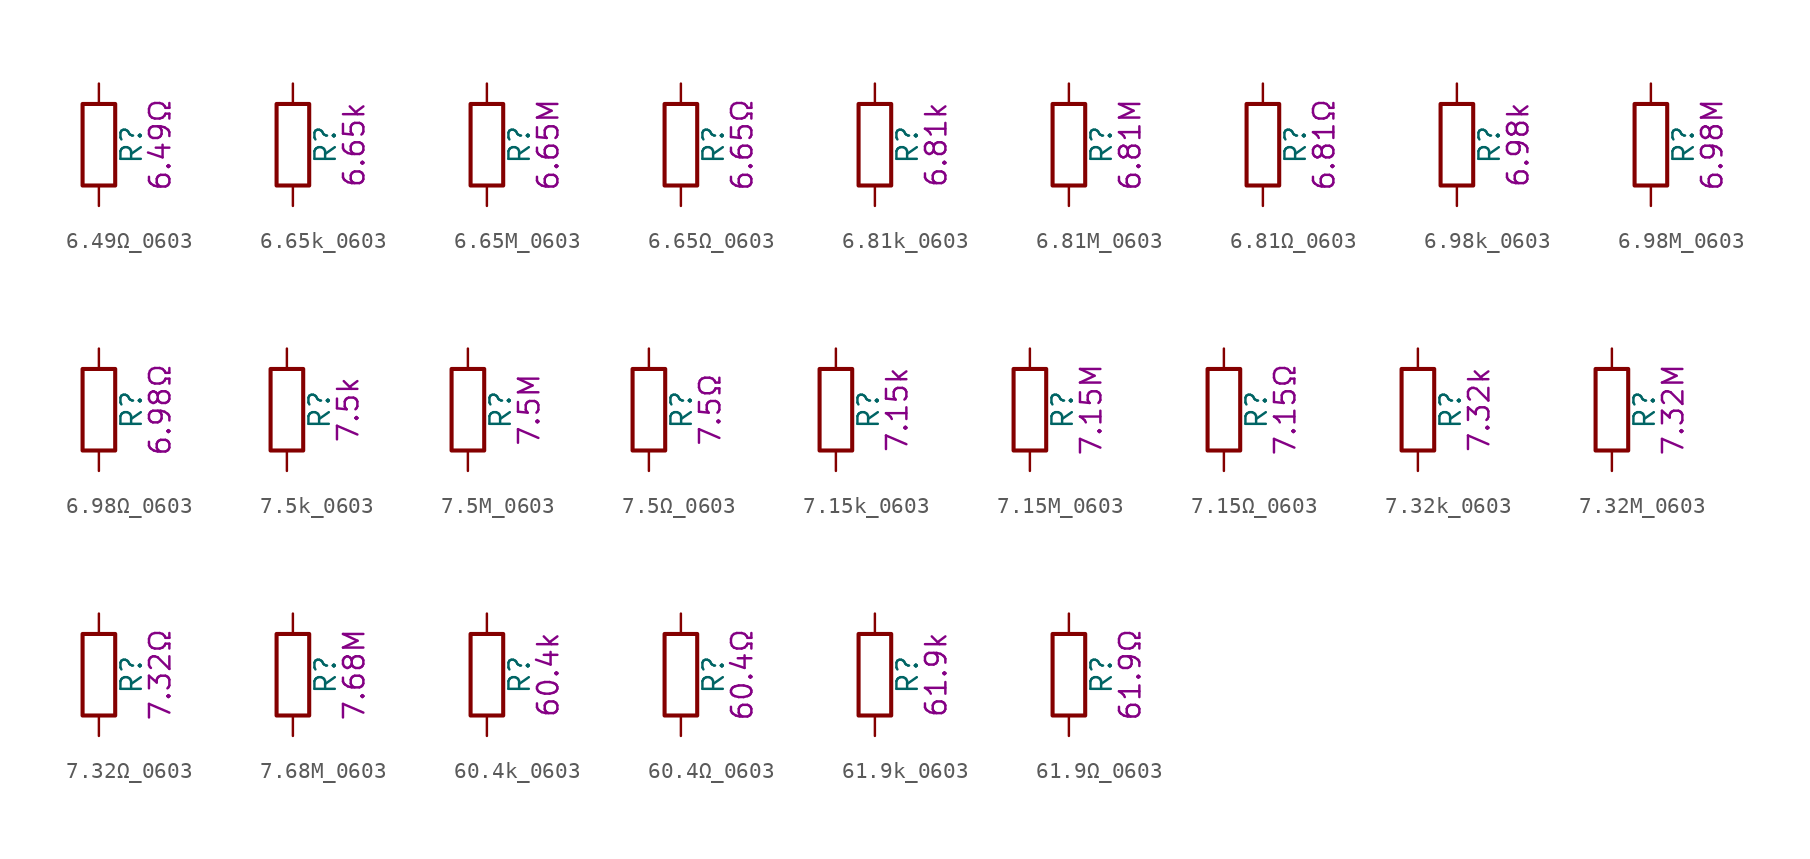
<source format=kicad_sym>
(kicad_symbol_lib
  (version 20211014)
  (generator kicad_symbol_editor)
  (symbol "6.49Ω_0603"
    (pin_numbers hide)
    (pin_names
      (offset 0))
    (property "Reference" "R"
      (at 2.032 0 90)
      (effects (font (size 1.27 1.27))))
    (property "Display" "6.49Ω"
      (at 3.81 0 90)
      (effects (font (size 1.27 1.27))))
    (symbol "6.49Ω_0603_0_1"
      (rectangle (start -1.016 -2.54) (end 1.016 2.54) (stroke (width 0.254) (type default) (color 0 0 0 0)) (fill (type none))))
    (symbol "6.49Ω_0603_1_1"
      (pin passive line (at 0 3.81 270) (length 1.27) (name "~" (effects (font (size 1.27 1.27)))) (number "1" (effects (font (size 1.27 1.27)))))
      (pin passive line (at 0 -3.81 90) (length 1.27) (name "~" (effects (font (size 1.27 1.27)))) (number "2" (effects (font (size 1.27 1.27)))))))
  (symbol "6.65k_0603"
    (pin_numbers hide)
    (pin_names
      (offset 0))
    (property "Reference" "R"
      (at 2.032 0 90)
      (effects (font (size 1.27 1.27))))
    (property "Display" "6.65k"
      (at 3.81 0 90)
      (effects (font (size 1.27 1.27))))
    (symbol "6.65k_0603_0_1"
      (rectangle (start -1.016 -2.54) (end 1.016 2.54) (stroke (width 0.254) (type default) (color 0 0 0 0)) (fill (type none))))
    (symbol "6.65k_0603_1_1"
      (pin passive line (at 0 3.81 270) (length 1.27) (name "~" (effects (font (size 1.27 1.27)))) (number "1" (effects (font (size 1.27 1.27)))))
      (pin passive line (at 0 -3.81 90) (length 1.27) (name "~" (effects (font (size 1.27 1.27)))) (number "2" (effects (font (size 1.27 1.27)))))))
  (symbol "6.65M_0603"
    (pin_numbers hide)
    (pin_names
      (offset 0))
    (property "Reference" "R"
      (at 2.032 0 90)
      (effects (font (size 1.27 1.27))))
    (property "Display" "6.65M"
      (at 3.81 0 90)
      (effects (font (size 1.27 1.27))))
    (symbol "6.65M_0603_0_1"
      (rectangle (start -1.016 -2.54) (end 1.016 2.54) (stroke (width 0.254) (type default) (color 0 0 0 0)) (fill (type none))))
    (symbol "6.65M_0603_1_1"
      (pin passive line (at 0 3.81 270) (length 1.27) (name "~" (effects (font (size 1.27 1.27)))) (number "1" (effects (font (size 1.27 1.27)))))
      (pin passive line (at 0 -3.81 90) (length 1.27) (name "~" (effects (font (size 1.27 1.27)))) (number "2" (effects (font (size 1.27 1.27)))))))
  (symbol "6.65Ω_0603"
    (pin_numbers hide)
    (pin_names
      (offset 0))
    (property "Reference" "R"
      (at 2.032 0 90)
      (effects (font (size 1.27 1.27))))
    (property "Display" "6.65Ω"
      (at 3.81 0 90)
      (effects (font (size 1.27 1.27))))
    (symbol "6.65Ω_0603_0_1"
      (rectangle (start -1.016 -2.54) (end 1.016 2.54) (stroke (width 0.254) (type default) (color 0 0 0 0)) (fill (type none))))
    (symbol "6.65Ω_0603_1_1"
      (pin passive line (at 0 3.81 270) (length 1.27) (name "~" (effects (font (size 1.27 1.27)))) (number "1" (effects (font (size 1.27 1.27)))))
      (pin passive line (at 0 -3.81 90) (length 1.27) (name "~" (effects (font (size 1.27 1.27)))) (number "2" (effects (font (size 1.27 1.27)))))))
  (symbol "6.81k_0603"
    (pin_numbers hide)
    (pin_names
      (offset 0))
    (property "Reference" "R"
      (at 2.032 0 90)
      (effects (font (size 1.27 1.27))))
    (property "Display" "6.81k"
      (at 3.81 0 90)
      (effects (font (size 1.27 1.27))))
    (symbol "6.81k_0603_0_1"
      (rectangle (start -1.016 -2.54) (end 1.016 2.54) (stroke (width 0.254) (type default) (color 0 0 0 0)) (fill (type none))))
    (symbol "6.81k_0603_1_1"
      (pin passive line (at 0 3.81 270) (length 1.27) (name "~" (effects (font (size 1.27 1.27)))) (number "1" (effects (font (size 1.27 1.27)))))
      (pin passive line (at 0 -3.81 90) (length 1.27) (name "~" (effects (font (size 1.27 1.27)))) (number "2" (effects (font (size 1.27 1.27)))))))
  (symbol "6.81M_0603"
    (pin_numbers hide)
    (pin_names
      (offset 0))
    (property "Reference" "R"
      (at 2.032 0 90)
      (effects (font (size 1.27 1.27))))
    (property "Display" "6.81M"
      (at 3.81 0 90)
      (effects (font (size 1.27 1.27))))
    (symbol "6.81M_0603_0_1"
      (rectangle (start -1.016 -2.54) (end 1.016 2.54) (stroke (width 0.254) (type default) (color 0 0 0 0)) (fill (type none))))
    (symbol "6.81M_0603_1_1"
      (pin passive line (at 0 3.81 270) (length 1.27) (name "~" (effects (font (size 1.27 1.27)))) (number "1" (effects (font (size 1.27 1.27)))))
      (pin passive line (at 0 -3.81 90) (length 1.27) (name "~" (effects (font (size 1.27 1.27)))) (number "2" (effects (font (size 1.27 1.27)))))))
  (symbol "6.81Ω_0603"
    (pin_numbers hide)
    (pin_names
      (offset 0))
    (property "Reference" "R"
      (at 2.032 0 90)
      (effects (font (size 1.27 1.27))))
    (property "Display" "6.81Ω"
      (at 3.81 0 90)
      (effects (font (size 1.27 1.27))))
    (symbol "6.81Ω_0603_0_1"
      (rectangle (start -1.016 -2.54) (end 1.016 2.54) (stroke (width 0.254) (type default) (color 0 0 0 0)) (fill (type none))))
    (symbol "6.81Ω_0603_1_1"
      (pin passive line (at 0 3.81 270) (length 1.27) (name "~" (effects (font (size 1.27 1.27)))) (number "1" (effects (font (size 1.27 1.27)))))
      (pin passive line (at 0 -3.81 90) (length 1.27) (name "~" (effects (font (size 1.27 1.27)))) (number "2" (effects (font (size 1.27 1.27)))))))
  (symbol "6.98k_0603"
    (pin_numbers hide)
    (pin_names
      (offset 0))
    (property "Reference" "R"
      (at 2.032 0 90)
      (effects (font (size 1.27 1.27))))
    (property "Display" "6.98k"
      (at 3.81 0 90)
      (effects (font (size 1.27 1.27))))
    (symbol "6.98k_0603_0_1"
      (rectangle (start -1.016 -2.54) (end 1.016 2.54) (stroke (width 0.254) (type default) (color 0 0 0 0)) (fill (type none))))
    (symbol "6.98k_0603_1_1"
      (pin passive line (at 0 3.81 270) (length 1.27) (name "~" (effects (font (size 1.27 1.27)))) (number "1" (effects (font (size 1.27 1.27)))))
      (pin passive line (at 0 -3.81 90) (length 1.27) (name "~" (effects (font (size 1.27 1.27)))) (number "2" (effects (font (size 1.27 1.27)))))))
  (symbol "6.98M_0603"
    (pin_numbers hide)
    (pin_names
      (offset 0))
    (property "Reference" "R"
      (at 2.032 0 90)
      (effects (font (size 1.27 1.27))))
    (property "Display" "6.98M"
      (at 3.81 0 90)
      (effects (font (size 1.27 1.27))))
    (symbol "6.98M_0603_0_1"
      (rectangle (start -1.016 -2.54) (end 1.016 2.54) (stroke (width 0.254) (type default) (color 0 0 0 0)) (fill (type none))))
    (symbol "6.98M_0603_1_1"
      (pin passive line (at 0 3.81 270) (length 1.27) (name "~" (effects (font (size 1.27 1.27)))) (number "1" (effects (font (size 1.27 1.27)))))
      (pin passive line (at 0 -3.81 90) (length 1.27) (name "~" (effects (font (size 1.27 1.27)))) (number "2" (effects (font (size 1.27 1.27)))))))
  (symbol "6.98Ω_0603"
    (pin_numbers hide)
    (pin_names
      (offset 0))
    (property "Reference" "R"
      (at 2.032 0 90)
      (effects (font (size 1.27 1.27))))
    (property "Display" "6.98Ω"
      (at 3.81 0 90)
      (effects (font (size 1.27 1.27))))
    (symbol "6.98Ω_0603_0_1"
      (rectangle (start -1.016 -2.54) (end 1.016 2.54) (stroke (width 0.254) (type default) (color 0 0 0 0)) (fill (type none))))
    (symbol "6.98Ω_0603_1_1"
      (pin passive line (at 0 3.81 270) (length 1.27) (name "~" (effects (font (size 1.27 1.27)))) (number "1" (effects (font (size 1.27 1.27)))))
      (pin passive line (at 0 -3.81 90) (length 1.27) (name "~" (effects (font (size 1.27 1.27)))) (number "2" (effects (font (size 1.27 1.27)))))))
  (symbol "7.5k_0603"
    (pin_numbers hide)
    (pin_names
      (offset 0))
    (property "Reference" "R"
      (at 2.032 0 90)
      (effects (font (size 1.27 1.27))))
    (property "Display" "7.5k"
      (at 3.81 0 90)
      (effects (font (size 1.27 1.27))))
    (symbol "7.5k_0603_0_1"
      (rectangle (start -1.016 -2.54) (end 1.016 2.54) (stroke (width 0.254) (type default) (color 0 0 0 0)) (fill (type none))))
    (symbol "7.5k_0603_1_1"
      (pin passive line (at 0 3.81 270) (length 1.27) (name "~" (effects (font (size 1.27 1.27)))) (number "1" (effects (font (size 1.27 1.27)))))
      (pin passive line (at 0 -3.81 90) (length 1.27) (name "~" (effects (font (size 1.27 1.27)))) (number "2" (effects (font (size 1.27 1.27)))))))
  (symbol "7.5M_0603"
    (pin_numbers hide)
    (pin_names
      (offset 0))
    (property "Reference" "R"
      (at 2.032 0 90)
      (effects (font (size 1.27 1.27))))
    (property "Display" "7.5M"
      (at 3.81 0 90)
      (effects (font (size 1.27 1.27))))
    (symbol "7.5M_0603_0_1"
      (rectangle (start -1.016 -2.54) (end 1.016 2.54) (stroke (width 0.254) (type default) (color 0 0 0 0)) (fill (type none))))
    (symbol "7.5M_0603_1_1"
      (pin passive line (at 0 3.81 270) (length 1.27) (name "~" (effects (font (size 1.27 1.27)))) (number "1" (effects (font (size 1.27 1.27)))))
      (pin passive line (at 0 -3.81 90) (length 1.27) (name "~" (effects (font (size 1.27 1.27)))) (number "2" (effects (font (size 1.27 1.27)))))))
  (symbol "7.5Ω_0603"
    (pin_numbers hide)
    (pin_names
      (offset 0))
    (property "Reference" "R"
      (at 2.032 0 90)
      (effects (font (size 1.27 1.27))))
    (property "Display" "7.5Ω"
      (at 3.81 0 90)
      (effects (font (size 1.27 1.27))))
    (symbol "7.5Ω_0603_0_1"
      (rectangle (start -1.016 -2.54) (end 1.016 2.54) (stroke (width 0.254) (type default) (color 0 0 0 0)) (fill (type none))))
    (symbol "7.5Ω_0603_1_1"
      (pin passive line (at 0 3.81 270) (length 1.27) (name "~" (effects (font (size 1.27 1.27)))) (number "1" (effects (font (size 1.27 1.27)))))
      (pin passive line (at 0 -3.81 90) (length 1.27) (name "~" (effects (font (size 1.27 1.27)))) (number "2" (effects (font (size 1.27 1.27)))))))
  (symbol "7.15k_0603"
    (pin_numbers hide)
    (pin_names
      (offset 0))
    (property "Reference" "R"
      (at 2.032 0 90)
      (effects (font (size 1.27 1.27))))
    (property "Display" "7.15k"
      (at 3.81 0 90)
      (effects (font (size 1.27 1.27))))
    (symbol "7.15k_0603_0_1"
      (rectangle (start -1.016 -2.54) (end 1.016 2.54) (stroke (width 0.254) (type default) (color 0 0 0 0)) (fill (type none))))
    (symbol "7.15k_0603_1_1"
      (pin passive line (at 0 3.81 270) (length 1.27) (name "~" (effects (font (size 1.27 1.27)))) (number "1" (effects (font (size 1.27 1.27)))))
      (pin passive line (at 0 -3.81 90) (length 1.27) (name "~" (effects (font (size 1.27 1.27)))) (number "2" (effects (font (size 1.27 1.27)))))))
  (symbol "7.15M_0603"
    (pin_numbers hide)
    (pin_names
      (offset 0))
    (property "Reference" "R"
      (at 2.032 0 90)
      (effects (font (size 1.27 1.27))))
    (property "Display" "7.15M"
      (at 3.81 0 90)
      (effects (font (size 1.27 1.27))))
    (symbol "7.15M_0603_0_1"
      (rectangle (start -1.016 -2.54) (end 1.016 2.54) (stroke (width 0.254) (type default) (color 0 0 0 0)) (fill (type none))))
    (symbol "7.15M_0603_1_1"
      (pin passive line (at 0 3.81 270) (length 1.27) (name "~" (effects (font (size 1.27 1.27)))) (number "1" (effects (font (size 1.27 1.27)))))
      (pin passive line (at 0 -3.81 90) (length 1.27) (name "~" (effects (font (size 1.27 1.27)))) (number "2" (effects (font (size 1.27 1.27)))))))
  (symbol "7.15Ω_0603"
    (pin_numbers hide)
    (pin_names
      (offset 0))
    (property "Reference" "R"
      (at 2.032 0 90)
      (effects (font (size 1.27 1.27))))
    (property "Display" "7.15Ω"
      (at 3.81 0 90)
      (effects (font (size 1.27 1.27))))
    (symbol "7.15Ω_0603_0_1"
      (rectangle (start -1.016 -2.54) (end 1.016 2.54) (stroke (width 0.254) (type default) (color 0 0 0 0)) (fill (type none))))
    (symbol "7.15Ω_0603_1_1"
      (pin passive line (at 0 3.81 270) (length 1.27) (name "~" (effects (font (size 1.27 1.27)))) (number "1" (effects (font (size 1.27 1.27)))))
      (pin passive line (at 0 -3.81 90) (length 1.27) (name "~" (effects (font (size 1.27 1.27)))) (number "2" (effects (font (size 1.27 1.27)))))))
  (symbol "7.32k_0603"
    (pin_numbers hide)
    (pin_names
      (offset 0))
    (property "Reference" "R"
      (at 2.032 0 90)
      (effects (font (size 1.27 1.27))))
    (property "Display" "7.32k"
      (at 3.81 0 90)
      (effects (font (size 1.27 1.27))))
    (symbol "7.32k_0603_0_1"
      (rectangle (start -1.016 -2.54) (end 1.016 2.54) (stroke (width 0.254) (type default) (color 0 0 0 0)) (fill (type none))))
    (symbol "7.32k_0603_1_1"
      (pin passive line (at 0 3.81 270) (length 1.27) (name "~" (effects (font (size 1.27 1.27)))) (number "1" (effects (font (size 1.27 1.27)))))
      (pin passive line (at 0 -3.81 90) (length 1.27) (name "~" (effects (font (size 1.27 1.27)))) (number "2" (effects (font (size 1.27 1.27)))))))
  (symbol "7.32M_0603"
    (pin_numbers hide)
    (pin_names
      (offset 0))
    (property "Reference" "R"
      (at 2.032 0 90)
      (effects (font (size 1.27 1.27))))
    (property "Display" "7.32M"
      (at 3.81 0 90)
      (effects (font (size 1.27 1.27))))
    (symbol "7.32M_0603_0_1"
      (rectangle (start -1.016 -2.54) (end 1.016 2.54) (stroke (width 0.254) (type default) (color 0 0 0 0)) (fill (type none))))
    (symbol "7.32M_0603_1_1"
      (pin passive line (at 0 3.81 270) (length 1.27) (name "~" (effects (font (size 1.27 1.27)))) (number "1" (effects (font (size 1.27 1.27)))))
      (pin passive line (at 0 -3.81 90) (length 1.27) (name "~" (effects (font (size 1.27 1.27)))) (number "2" (effects (font (size 1.27 1.27)))))))
  (symbol "7.32Ω_0603"
    (pin_numbers hide)
    (pin_names
      (offset 0))
    (property "Reference" "R"
      (at 2.032 0 90)
      (effects (font (size 1.27 1.27))))
    (property "Display" "7.32Ω"
      (at 3.81 0 90)
      (effects (font (size 1.27 1.27))))
    (symbol "7.32Ω_0603_0_1"
      (rectangle (start -1.016 -2.54) (end 1.016 2.54) (stroke (width 0.254) (type default) (color 0 0 0 0)) (fill (type none))))
    (symbol "7.32Ω_0603_1_1"
      (pin passive line (at 0 3.81 270) (length 1.27) (name "~" (effects (font (size 1.27 1.27)))) (number "1" (effects (font (size 1.27 1.27)))))
      (pin passive line (at 0 -3.81 90) (length 1.27) (name "~" (effects (font (size 1.27 1.27)))) (number "2" (effects (font (size 1.27 1.27)))))))
  (symbol "7.68M_0603"
    (pin_numbers hide)
    (pin_names
      (offset 0))
    (property "Reference" "R"
      (at 2.032 0 90)
      (effects (font (size 1.27 1.27))))
    (property "Display" "7.68M"
      (at 3.81 0 90)
      (effects (font (size 1.27 1.27))))
    (symbol "7.68M_0603_0_1"
      (rectangle (start -1.016 -2.54) (end 1.016 2.54) (stroke (width 0.254) (type default) (color 0 0 0 0)) (fill (type none))))
    (symbol "7.68M_0603_1_1"
      (pin passive line (at 0 3.81 270) (length 1.27) (name "~" (effects (font (size 1.27 1.27)))) (number "1" (effects (font (size 1.27 1.27)))))
      (pin passive line (at 0 -3.81 90) (length 1.27) (name "~" (effects (font (size 1.27 1.27)))) (number "2" (effects (font (size 1.27 1.27)))))))
  (symbol "60.4k_0603"
    (pin_numbers hide)
    (pin_names
      (offset 0))
    (property "Reference" "R"
      (at 2.032 0 90)
      (effects (font (size 1.27 1.27))))
    (property "Display" "60.4k"
      (at 3.81 0 90)
      (effects (font (size 1.27 1.27))))
    (symbol "60.4k_0603_0_1"
      (rectangle (start -1.016 -2.54) (end 1.016 2.54) (stroke (width 0.254) (type default) (color 0 0 0 0)) (fill (type none))))
    (symbol "60.4k_0603_1_1"
      (pin passive line (at 0 3.81 270) (length 1.27) (name "~" (effects (font (size 1.27 1.27)))) (number "1" (effects (font (size 1.27 1.27)))))
      (pin passive line (at 0 -3.81 90) (length 1.27) (name "~" (effects (font (size 1.27 1.27)))) (number "2" (effects (font (size 1.27 1.27)))))))
  (symbol "60.4Ω_0603"
    (pin_numbers hide)
    (pin_names
      (offset 0))
    (property "Reference" "R"
      (at 2.032 0 90)
      (effects (font (size 1.27 1.27))))
    (property "Display" "60.4Ω"
      (at 3.81 0 90)
      (effects (font (size 1.27 1.27))))
    (symbol "60.4Ω_0603_0_1"
      (rectangle (start -1.016 -2.54) (end 1.016 2.54) (stroke (width 0.254) (type default) (color 0 0 0 0)) (fill (type none))))
    (symbol "60.4Ω_0603_1_1"
      (pin passive line (at 0 3.81 270) (length 1.27) (name "~" (effects (font (size 1.27 1.27)))) (number "1" (effects (font (size 1.27 1.27)))))
      (pin passive line (at 0 -3.81 90) (length 1.27) (name "~" (effects (font (size 1.27 1.27)))) (number "2" (effects (font (size 1.27 1.27)))))))
  (symbol "61.9k_0603"
    (pin_numbers hide)
    (pin_names
      (offset 0))
    (property "Reference" "R"
      (at 2.032 0 90)
      (effects (font (size 1.27 1.27))))
    (property "Display" "61.9k"
      (at 3.81 0 90)
      (effects (font (size 1.27 1.27))))
    (symbol "61.9k_0603_0_1"
      (rectangle (start -1.016 -2.54) (end 1.016 2.54) (stroke (width 0.254) (type default) (color 0 0 0 0)) (fill (type none))))
    (symbol "61.9k_0603_1_1"
      (pin passive line (at 0 3.81 270) (length 1.27) (name "~" (effects (font (size 1.27 1.27)))) (number "1" (effects (font (size 1.27 1.27)))))
      (pin passive line (at 0 -3.81 90) (length 1.27) (name "~" (effects (font (size 1.27 1.27)))) (number "2" (effects (font (size 1.27 1.27)))))))
  (symbol "61.9Ω_0603"
    (pin_numbers hide)
    (pin_names
      (offset 0))
    (property "Reference" "R"
      (at 2.032 0 90)
      (effects (font (size 1.27 1.27))))
    (property "Display" "61.9Ω"
      (at 3.81 0 90)
      (effects (font (size 1.27 1.27))))
    (symbol "61.9Ω_0603_0_1"
      (rectangle (start -1.016 -2.54) (end 1.016 2.54) (stroke (width 0.254) (type default) (color 0 0 0 0)) (fill (type none))))
    (symbol "61.9Ω_0603_1_1"
      (pin passive line (at 0 3.81 270) (length 1.27) (name "~" (effects (font (size 1.27 1.27)))) (number "1" (effects (font (size 1.27 1.27)))))
      (pin passive line (at 0 -3.81 90) (length 1.27) (name "~" (effects (font (size 1.27 1.27)))) (number "2" (effects (font (size 1.27 1.27))))))))
</source>
